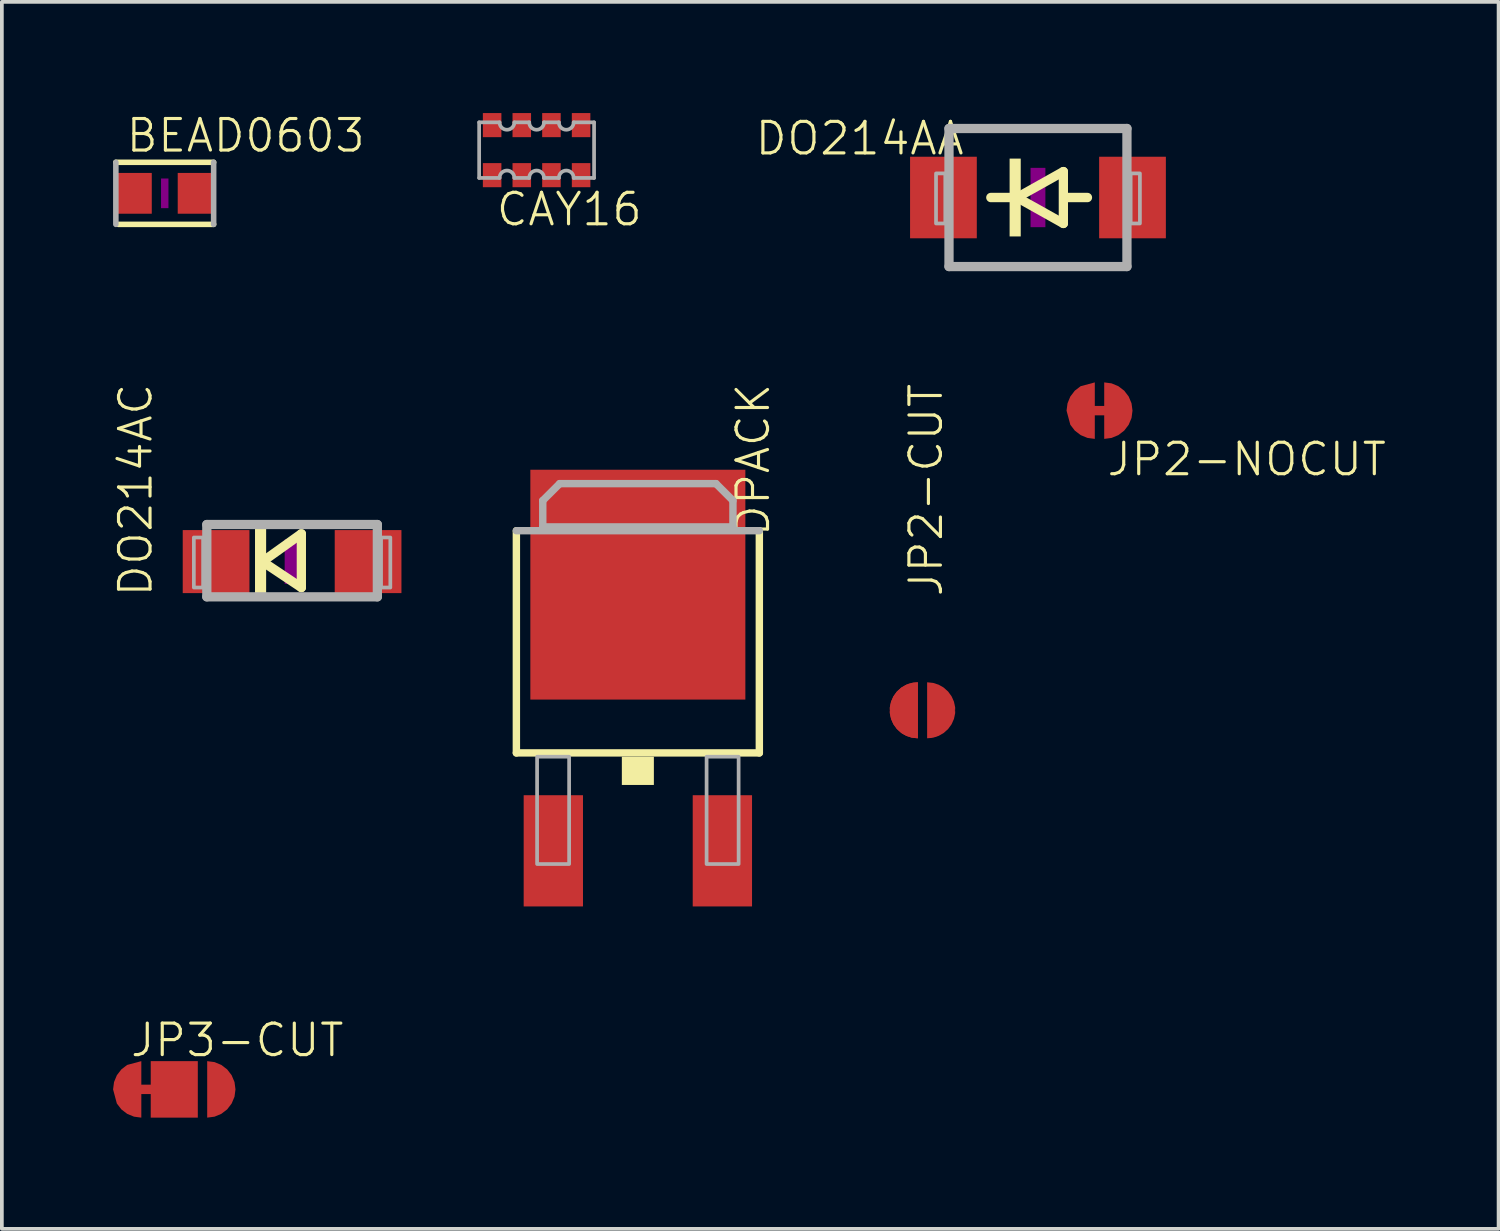
<source format=kicad_pcb>
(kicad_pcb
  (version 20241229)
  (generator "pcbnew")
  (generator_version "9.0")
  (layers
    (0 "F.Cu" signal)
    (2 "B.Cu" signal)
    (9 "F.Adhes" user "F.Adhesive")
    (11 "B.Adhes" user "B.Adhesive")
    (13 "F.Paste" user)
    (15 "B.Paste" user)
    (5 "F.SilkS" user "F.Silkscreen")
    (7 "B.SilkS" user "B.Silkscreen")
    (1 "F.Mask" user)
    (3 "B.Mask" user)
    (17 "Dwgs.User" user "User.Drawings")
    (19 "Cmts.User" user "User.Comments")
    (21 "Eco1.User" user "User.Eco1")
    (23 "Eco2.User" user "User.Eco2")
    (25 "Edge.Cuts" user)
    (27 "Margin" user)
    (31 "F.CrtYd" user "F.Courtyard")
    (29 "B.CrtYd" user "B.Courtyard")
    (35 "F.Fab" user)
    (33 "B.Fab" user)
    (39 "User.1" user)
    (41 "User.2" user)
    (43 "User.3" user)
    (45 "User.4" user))
  (footprint "CAY16"
    (layer "F.Cu")
    (at 11.425 1)
    (property "Reference" "CAY16" (at -1.138 2.095 0) (layer "F.SilkS") (effects (font (size 0.85 0.85) (thickness 0.085)) (justify left bottom)))
    (attr smd)
    (fp_line (start -1.55 -0.75) (end -1 -0.75) (stroke (width 0.1) (type solid)) (layer "F.Fab"))
    (fp_line (start -1.55 0.75) (end -1.55 -0.75) (stroke (width 0.1) (type solid)) (layer "F.Fab"))
    (fp_line (start -1 0.75) (end -1.55 0.75) (stroke (width 0.1) (type solid)) (layer "F.Fab"))
    (fp_line (start -0.6 -0.75) (end -0.2 -0.75) (stroke (width 0.1) (type solid)) (layer "F.Fab"))
    (fp_line (start -0.2 0.75) (end -0.6 0.75) (stroke (width 0.1) (type solid)) (layer "F.Fab"))
    (fp_line (start 0.2 -0.75) (end 0.6 -0.75) (stroke (width 0.1) (type solid)) (layer "F.Fab"))
    (fp_line (start 0.6 0.75) (end 0.2 0.75) (stroke (width 0.1) (type solid)) (layer "F.Fab"))
    (fp_line (start 1 -0.75) (end 1.55 -0.75) (stroke (width 0.1) (type solid)) (layer "F.Fab"))
    (fp_line (start 1.55 -0.75) (end 1.55 0.75) (stroke (width 0.1) (type solid)) (layer "F.Fab"))
    (fp_line (start 1.55 0.75) (end 1 0.75) (stroke (width 0.1) (type solid)) (layer "F.Fab"))
    (fp_arc (start -1 0.75) (mid -0.8 0.55) (end -0.6 0.75) (stroke (width 0.1) (type solid)) (layer "F.Fab"))
    (fp_arc (start -0.6 -0.75) (mid -0.8 -0.55) (end -1 -0.75) (stroke (width 0.1) (type solid)) (layer "F.Fab"))
    (fp_arc (start -0.2 0.75) (mid 0 0.55) (end 0.2 0.75) (stroke (width 0.1) (type solid)) (layer "F.Fab"))
    (fp_arc (start 0.2 -0.75) (mid 0 -0.55) (end -0.2 -0.75) (stroke (width 0.1) (type solid)) (layer "F.Fab"))
    (fp_arc (start 0.6 0.75) (mid 0.8 0.55) (end 1 0.75) (stroke (width 0.1) (type solid)) (layer "F.Fab"))
    (fp_arc (start 1 -0.75) (mid 0.8 -0.55) (end 0.6 -0.75) (stroke (width 0.1) (type solid)) (layer "F.Fab"))
    (pad "1" smd rect (at -1.2 0.675) (size 0.5 0.65) (layers "F.Cu" "F.Mask" "F.Paste"))
    (pad "2" smd rect (at -0.4 0.675) (size 0.5 0.65) (layers "F.Cu" "F.Mask" "F.Paste"))
    (pad "3" smd rect (at 0.4 0.675) (size 0.5 0.65) (layers "F.Cu" "F.Mask" "F.Paste"))
    (pad "4" smd rect (at 1.2 0.675) (size 0.5 0.65) (layers "F.Cu" "F.Mask" "F.Paste"))
    (pad "5" smd rect (at 1.2 -0.675) (size 0.5 0.65) (layers "F.Cu" "F.Mask" "F.Paste"))
    (pad "6" smd rect (at 0.4 -0.675) (size 0.5 0.65) (layers "F.Cu" "F.Mask" "F.Paste"))
    (pad "7" smd rect (at -0.4 -0.675) (size 0.5 0.65) (layers "F.Cu" "F.Mask" "F.Paste"))
    (pad "8" smd rect (at -1.2 -0.675) (size 0.5 0.65) (layers "F.Cu" "F.Mask" "F.Paste")))
  (footprint "JP3-CUT"
    (layer "F.Cu")
    (at 1.651 26.336)
    (property "Reference" "JP3-CUT" (at -1.23 -0.83 180) (layer "F.SilkS") (effects (font (size 0.85 0.85) (thickness 0.085)) (justify left bottom)))
    (attr through_hole)
    (pad "COM" smd rect (at 0 0) (size 1.27 1.524) (layers "F.Cu" "F.Mask"))
    (pad "NC" smd custom (at -1.143 0) (size 0.889 0.254) (layers "F.Cu" "F.Mask") (options (anchor rect)) (primitives (gr_poly (pts (xy 0.254 -0.762) (xy 0.254 -0.127) (xy 0.635 -0.127) (xy 0.635 0.127) (xy 0.254 0.127) (xy 0.254 0.762) (xy 0.057 0.736) (xy -0.127 0.66) (xy -0.285 0.539) (xy -0.406 0.381) (xy -0.508 0) (xy -0.482 -0.197) (xy -0.406 -0.381) (xy -0.285 -0.539) (xy -0.127 -0.66)) (width 0) (fill yes))))
    (pad "NO" smd custom (at 1.333 0) (size 0.508 0.254) (layers "F.Cu" "F.Mask") (options (anchor rect)) (primitives (gr_poly (pts (xy -0.445 0.762) (xy -0.445 -0.762) (xy -0.247 -0.736) (xy -0.064 -0.66) (xy 0.094 -0.539) (xy 0.215 -0.381) (xy 0.292 -0.197) (xy 0.318 0) (xy 0.292 0.197) (xy 0.215 0.381) (xy 0.094 0.539) (xy -0.064 0.66) (xy -0.247 0.736)) (width 0) (fill yes)))))
  (footprint "DO214AA"
    (layer "F.Cu")
    (at 24.949 2.278)
    (property "Reference" "DO214AA" (at -1.94 -2.09 0) (layer "F.SilkS") (effects (font (size 0.85 0.85) (thickness 0.085)) (justify right top)))
    (attr smd)
    (fp_line (start -0.635 0) (end -1.27 0) (stroke (width 0.254) (type solid)) (layer "F.SilkS"))
    (fp_line (start -0.565 0) (end 0.685 -0.7) (stroke (width 0.25) (type solid)) (layer "F.SilkS"))
    (fp_line (start 0.685 -0.7) (end 0.685 0.7) (stroke (width 0.25) (type solid)) (layer "F.SilkS"))
    (fp_line (start 0.685 0.7) (end -0.565 0) (stroke (width 0.25) (type solid)) (layer "F.SilkS"))
    (fp_line (start 1.333 0) (end 0.699 0) (stroke (width 0.254) (type solid)) (layer "F.SilkS"))
    (fp_poly (pts (xy -0.765 1.05) (xy -0.465 1.05) (xy -0.465 -1.05) (xy -0.765 -1.05)) (stroke (width 0) (type solid)) (fill yes) (layer "F.SilkS"))
    (fp_poly (pts (xy -0.2 -0.8) (xy 0.2 -0.8) (xy 0.2 0.7) (xy 0.2 0.8) (xy -0.2 0.8)) (stroke (width 0) (type solid)) (fill yes) (layer "F.Adhes"))
    (fp_line (start -2.4 -1.862) (end 2.4 -1.862) (stroke (width 0.25) (type solid)) (layer "F.Fab"))
    (fp_line (start -2.4 1.862) (end -2.4 -1.862) (stroke (width 0.25) (type solid)) (layer "F.Fab"))
    (fp_line (start 2.4 -1.862) (end 2.4 1.862) (stroke (width 0.25) (type solid)) (layer "F.Fab"))
    (fp_line (start 2.4 1.862) (end -2.4 1.862) (stroke (width 0.25) (type solid)) (layer "F.Fab"))
    (fp_poly (pts (xy -2.75 0.7) (xy -2.5 0.7) (xy -2.5 -0.65) (xy -2.75 -0.65)) (stroke (width 0.1) (type solid)) (fill no) (layer "F.Fab"))
    (fp_poly (pts (xy 2.5 0.7) (xy 2.75 0.7) (xy 2.75 -0.65) (xy 2.5 -0.65)) (stroke (width 0.1) (type solid)) (fill no) (layer "F.Fab"))
    (pad "A" smd rect (at 2.55 0) (size 1.8 2.2) (layers "F.Cu" "F.Mask" "F.Paste"))
    (pad "C" smd rect (at -2.55 0) (size 1.8 2.2) (layers "F.Cu" "F.Mask" "F.Paste")))
  (footprint "JP2-CUT"
    (layer "F.Cu")
    (at 21.835 16.11)
    (property "Reference" "JP2-CUT" (at 0.591 -3.012 270) (layer "F.SilkS") (effects (font (size 0.85 0.85) (thickness 0.085)) (justify left bottom)))
    (attr through_hole)
    (pad "1" smd custom (at -0.572 0) (size 0.508 0.254) (layers "F.Cu" "F.Mask") (options (anchor rect)) (primitives (gr_arc (start 0.4415 0.75) (mid -0.3085 0) (end 0.4415 -0.75) (width 0.01)) (gr_poly (pts (xy 0.442 -0.75) (xy 0.322 -0.74) (xy 0.202 -0.71) (xy 0.091 -0.66) (xy 0.011 -0.61) (xy -0.038 -0.57) (xy -0.088 -0.52) (xy -0.139 -0.47) (xy -0.178 -0.41) (xy -0.229 -0.33) (xy -0.259 -0.25) (xy -0.288 -0.16) (xy -0.298 -0.09) (xy -0.298 0) (xy -0.298 0.09) (xy -0.288 0.16) (xy -0.259 0.26) (xy -0.229 0.33) (xy -0.199 0.38) (xy -0.159 0.44) (xy -0.099 0.51) (xy -0.049 0.56) (xy 0.021 0.62) (xy 0.091 0.66) (xy 0.181 0.7) (xy 0.281 0.73) (xy 0.342 0.74) (xy 0.442 0.75)) (width 0.01) (fill yes))))
    (pad "1" smd custom (at -0.572 0) (size 0.508 0.254) (layers "F.Cu" "F.Mask") (options (anchor rect)) (primitives (gr_arc (start 0.4415 0.75) (mid -0.3085 0) (end 0.4415 -0.75) (width 0.01)) (gr_poly (pts (xy 0.442 -0.75) (xy 0.322 -0.74) (xy 0.202 -0.71) (xy 0.091 -0.66) (xy 0.011 -0.61) (xy -0.038 -0.57) (xy -0.088 -0.52) (xy -0.139 -0.47) (xy -0.178 -0.41) (xy -0.229 -0.33) (xy -0.259 -0.25) (xy -0.288 -0.16) (xy -0.298 -0.09) (xy -0.298 0) (xy -0.298 0.09) (xy -0.288 0.16) (xy -0.259 0.26) (xy -0.229 0.33) (xy -0.199 0.38) (xy -0.159 0.44) (xy -0.099 0.51) (xy -0.049 0.56) (xy 0.021 0.62) (xy 0.091 0.66) (xy 0.181 0.7) (xy 0.281 0.73) (xy 0.342 0.74) (xy 0.442 0.75)) (width 0.01) (fill yes))))
    (pad "2" smd custom (at 0.571 0 180) (size 0.508 0.254) (layers "F.Cu" "F.Mask") (options (anchor rect)) (primitives (gr_arc (start 0.4415 0.75) (mid -0.3085 0) (end 0.4415 -0.75) (width 0.01)) (gr_poly (pts (xy 0.442 -0.75) (xy 0.322 -0.74) (xy 0.202 -0.71) (xy 0.091 -0.66) (xy 0.011 -0.61) (xy -0.038 -0.57) (xy -0.088 -0.52) (xy -0.139 -0.47) (xy -0.178 -0.41) (xy -0.229 -0.33) (xy -0.259 -0.25) (xy -0.288 -0.16) (xy -0.298 -0.09) (xy -0.298 0) (xy -0.298 0.09) (xy -0.288 0.16) (xy -0.259 0.26) (xy -0.229 0.33) (xy -0.199 0.38) (xy -0.159 0.44) (xy -0.099 0.51) (xy -0.049 0.56) (xy 0.021 0.62) (xy 0.091 0.66) (xy 0.181 0.7) (xy 0.281 0.73) (xy 0.342 0.74) (xy 0.442 0.75)) (width 0.01) (fill yes)))))
  (footprint "BEAD0603"
    (layer "F.Cu")
    (at 1.394 2.165)
    (property "Reference" "BEAD0603" (at -1.09 -1.06 0) (layer "F.SilkS") (effects (font (size 0.85 0.85) (thickness 0.085)) (justify left bottom)))
    (attr smd)
    (fp_line (start -1.256 0.837) (end 1.319 0.837) (stroke (width 0.15) (type solid)) (layer "F.SilkS"))
    (fp_line (start 1.319 -0.837) (end -1.319 -0.837) (stroke (width 0.15) (type solid)) (layer "F.SilkS"))
    (fp_poly (pts (xy -0.1 -0.4) (xy 0.1 -0.4) (xy 0.1 0.4) (xy -0.1 0.4)) (stroke (width 0) (type solid)) (fill yes) (layer "F.Adhes"))
    (fp_line (start -1.319 -0.837) (end -1.319 0.837) (stroke (width 0.15) (type solid)) (layer "F.Fab"))
    (fp_line (start 1.319 0.837) (end 1.319 -0.837) (stroke (width 0.15) (type solid)) (layer "F.Fab"))
    (pad "P$1" smd rect (at -0.85 0) (size 1 1.1) (layers "F.Cu" "F.Mask" "F.Paste"))
    (pad "P$2" smd rect (at 0.85 0) (size 1 1.1) (layers "F.Cu" "F.Mask" "F.Paste")))
  (footprint "JP2-NOCUT"
    (layer "F.Cu")
    (at 26.609 8.027)
    (property "Reference" "JP2-NOCUT" (at 0.152 1.81 0) (layer "F.SilkS") (effects (font (size 0.85 0.85) (thickness 0.085)) (justify left bottom)))
    (attr through_hole)
    (pad "1" smd custom (at -0.381 0) (size 0.889 0.254) (layers "F.Cu" "F.Mask") (options (anchor rect)) (primitives (gr_poly (pts (xy 0.254 -0.762) (xy 0.254 -0.127) (xy 0.635 -0.127) (xy 0.635 0.127) (xy 0.254 0.127) (xy 0.254 0.762) (xy 0.254 0.762) (xy 0.057 0.736) (xy -0.127 0.66) (xy -0.285 0.539) (xy -0.406 0.381) (xy -0.508 0) (xy -0.508 0.000001) (xy -0.482 -0.197) (xy -0.406 -0.381) (xy -0.285 -0.539) (xy -0.127 -0.66)) (width 0) (fill yes))))
    (pad "2" smd custom (at 0.572 0) (size 0.508 0.254) (layers "F.Cu" "F.Mask") (options (anchor rect)) (primitives (gr_poly (pts (xy -0.445 0.762) (xy -0.445 -0.762) (xy -0.445 -0.762) (xy -0.247 -0.736) (xy -0.064 -0.66) (xy 0.094 -0.539) (xy 0.215 -0.381) (xy 0.292 -0.197) (xy 0.318 0) (xy 0.318 -0.000001) (xy 0.292 0.197) (xy 0.215 0.381) (xy 0.094 0.539) (xy -0.064 0.66) (xy -0.247 0.736)) (width 0) (fill yes)))))
  (footprint "DPACK"
    (layer "F.Cu")
    (at 14.156 15.101)
    (property "Reference" "DPACK" (at 3.606 -3.622 270) (layer "F.SilkS") (effects (font (size 0.85 0.85) (thickness 0.085)) (justify left bottom)))
    (attr smd)
    (fp_line (start -3.277 2.159) (end -3.277 -3.835) (stroke (width 0.2) (type solid)) (layer "F.SilkS"))
    (fp_line (start 3.277 -3.835) (end 3.277 2.159) (stroke (width 0.2) (type solid)) (layer "F.SilkS"))
    (fp_line (start 3.277 2.159) (end -3.277 2.159) (stroke (width 0.2) (type solid)) (layer "F.SilkS"))
    (fp_poly (pts (xy -0.432 3.023) (xy 0.432 3.023) (xy 0.432 2.261) (xy -0.432 2.261)) (stroke (width 0) (type solid)) (fill yes) (layer "F.SilkS"))
    (fp_line (start -3.277 -3.835) (end 3.277 -3.835) (stroke (width 0.2) (type solid)) (layer "F.Fab"))
    (fp_line (start -2.565 -4.648) (end -2.108 -5.105) (stroke (width 0.2) (type solid)) (layer "F.Fab"))
    (fp_line (start -2.565 -3.937) (end -2.565 -4.648) (stroke (width 0.2) (type solid)) (layer "F.Fab"))
    (fp_line (start -2.108 -5.105) (end 2.108 -5.105) (stroke (width 0.2) (type solid)) (layer "F.Fab"))
    (fp_line (start 2.108 -5.105) (end 2.565 -4.648) (stroke (width 0.2) (type solid)) (layer "F.Fab"))
    (fp_line (start 2.565 -4.648) (end 2.565 -3.937) (stroke (width 0.2) (type solid)) (layer "F.Fab"))
    (fp_line (start 2.565 -3.937) (end -2.565 -3.937) (stroke (width 0.2) (type solid)) (layer "F.Fab"))
    (fp_poly (pts (xy -2.718 5.156) (xy -1.854 5.156) (xy -1.854 2.261) (xy -2.718 2.261)) (stroke (width 0.1) (type solid)) (fill no) (layer "F.Fab"))
    (fp_poly (pts (xy 1.854 5.156) (xy 2.718 5.156) (xy 2.718 2.261) (xy 1.854 2.261)) (stroke (width 0.1) (type solid)) (fill no) (layer "F.Fab"))
    (fp_poly (pts (xy -2.565 -3.937) (xy -2.565 -4.648) (xy -2.108 -5.105) (xy 2.108 -5.105) (xy 2.565 -4.648) (xy 2.565 -3.937)) (stroke (width 0.1) (type solid)) (fill no) (layer "F.Fab"))
    (pad "1" smd rect (at -2.28 4.8) (size 1.6 3) (layers "F.Cu" "F.Mask" "F.Paste"))
    (pad "3" smd rect (at 2.28 4.8) (size 1.6 3) (layers "F.Cu" "F.Mask" "F.Paste"))
    (pad "4" smd rect (at 0 -2.38) (size 5.8 6.2) (layers "F.Cu" "F.Mask" "F.Paste")))
  (footprint "DO214AC"
    (layer "F.Cu")
    (at 4.829 12.099)
    (property "Reference" "DO214AC" (at -3.724 0.999 90) (layer "F.SilkS") (effects (font (size 0.85 0.85) (thickness 0.085)) (justify left bottom)))
    (attr smd)
    (fp_line (start -0.8 0) (end 0.25 -0.75) (stroke (width 0.25) (type solid)) (layer "F.SilkS"))
    (fp_line (start 0.25 -0.75) (end 0.25 0.7) (stroke (width 0.25) (type solid)) (layer "F.SilkS"))
    (fp_line (start 0.25 0.7) (end -0.8 0) (stroke (width 0.25) (type solid)) (layer "F.SilkS"))
    (fp_poly (pts (xy -1 1.05) (xy -0.7 1.05) (xy -0.7 -1.05) (xy -1 -1.05)) (stroke (width 0) (type solid)) (fill yes) (layer "F.SilkS"))
    (fp_poly (pts (xy 0.2 0.6) (xy 0.2 -0.6) (xy -0.2 -0.6) (xy -0.2 0.6)) (stroke (width 0) (type solid)) (fill yes) (layer "F.Adhes"))
    (fp_line (start -2.3 -1) (end 2.3 -1) (stroke (width 0.25) (type solid)) (layer "F.Fab"))
    (fp_line (start -2.3 0.95) (end -2.3 -1) (stroke (width 0.25) (type solid)) (layer "F.Fab"))
    (fp_line (start 2.3 -1) (end 2.3 0.95) (stroke (width 0.25) (type solid)) (layer "F.Fab"))
    (fp_line (start 2.3 0.95) (end -2.3 0.95) (stroke (width 0.25) (type solid)) (layer "F.Fab"))
    (fp_poly (pts (xy -2.65 0.7) (xy -2.4 0.7) (xy -2.4 -0.65) (xy -2.65 -0.65)) (stroke (width 0.1) (type solid)) (fill no) (layer "F.Fab"))
    (fp_poly (pts (xy 2.4 0.7) (xy 2.65 0.7) (xy 2.65 -0.65) (xy 2.4 -0.65)) (stroke (width 0.1) (type solid)) (fill no) (layer "F.Fab"))
    (pad "A" smd rect (at 2.05 0) (size 1.8 1.7) (layers "F.Cu" "F.Mask" "F.Paste"))
    (pad "C" smd rect (at -2.05 0) (size 1.8 1.7) (layers "F.Cu" "F.Mask" "F.Paste")))
  (gr_rect
    (start -3 -3)
    (end 37.374 30.098)
    (stroke (width 0.1) (type default))
    (fill no)
    (layer "Edge.Cuts")))
</source>
